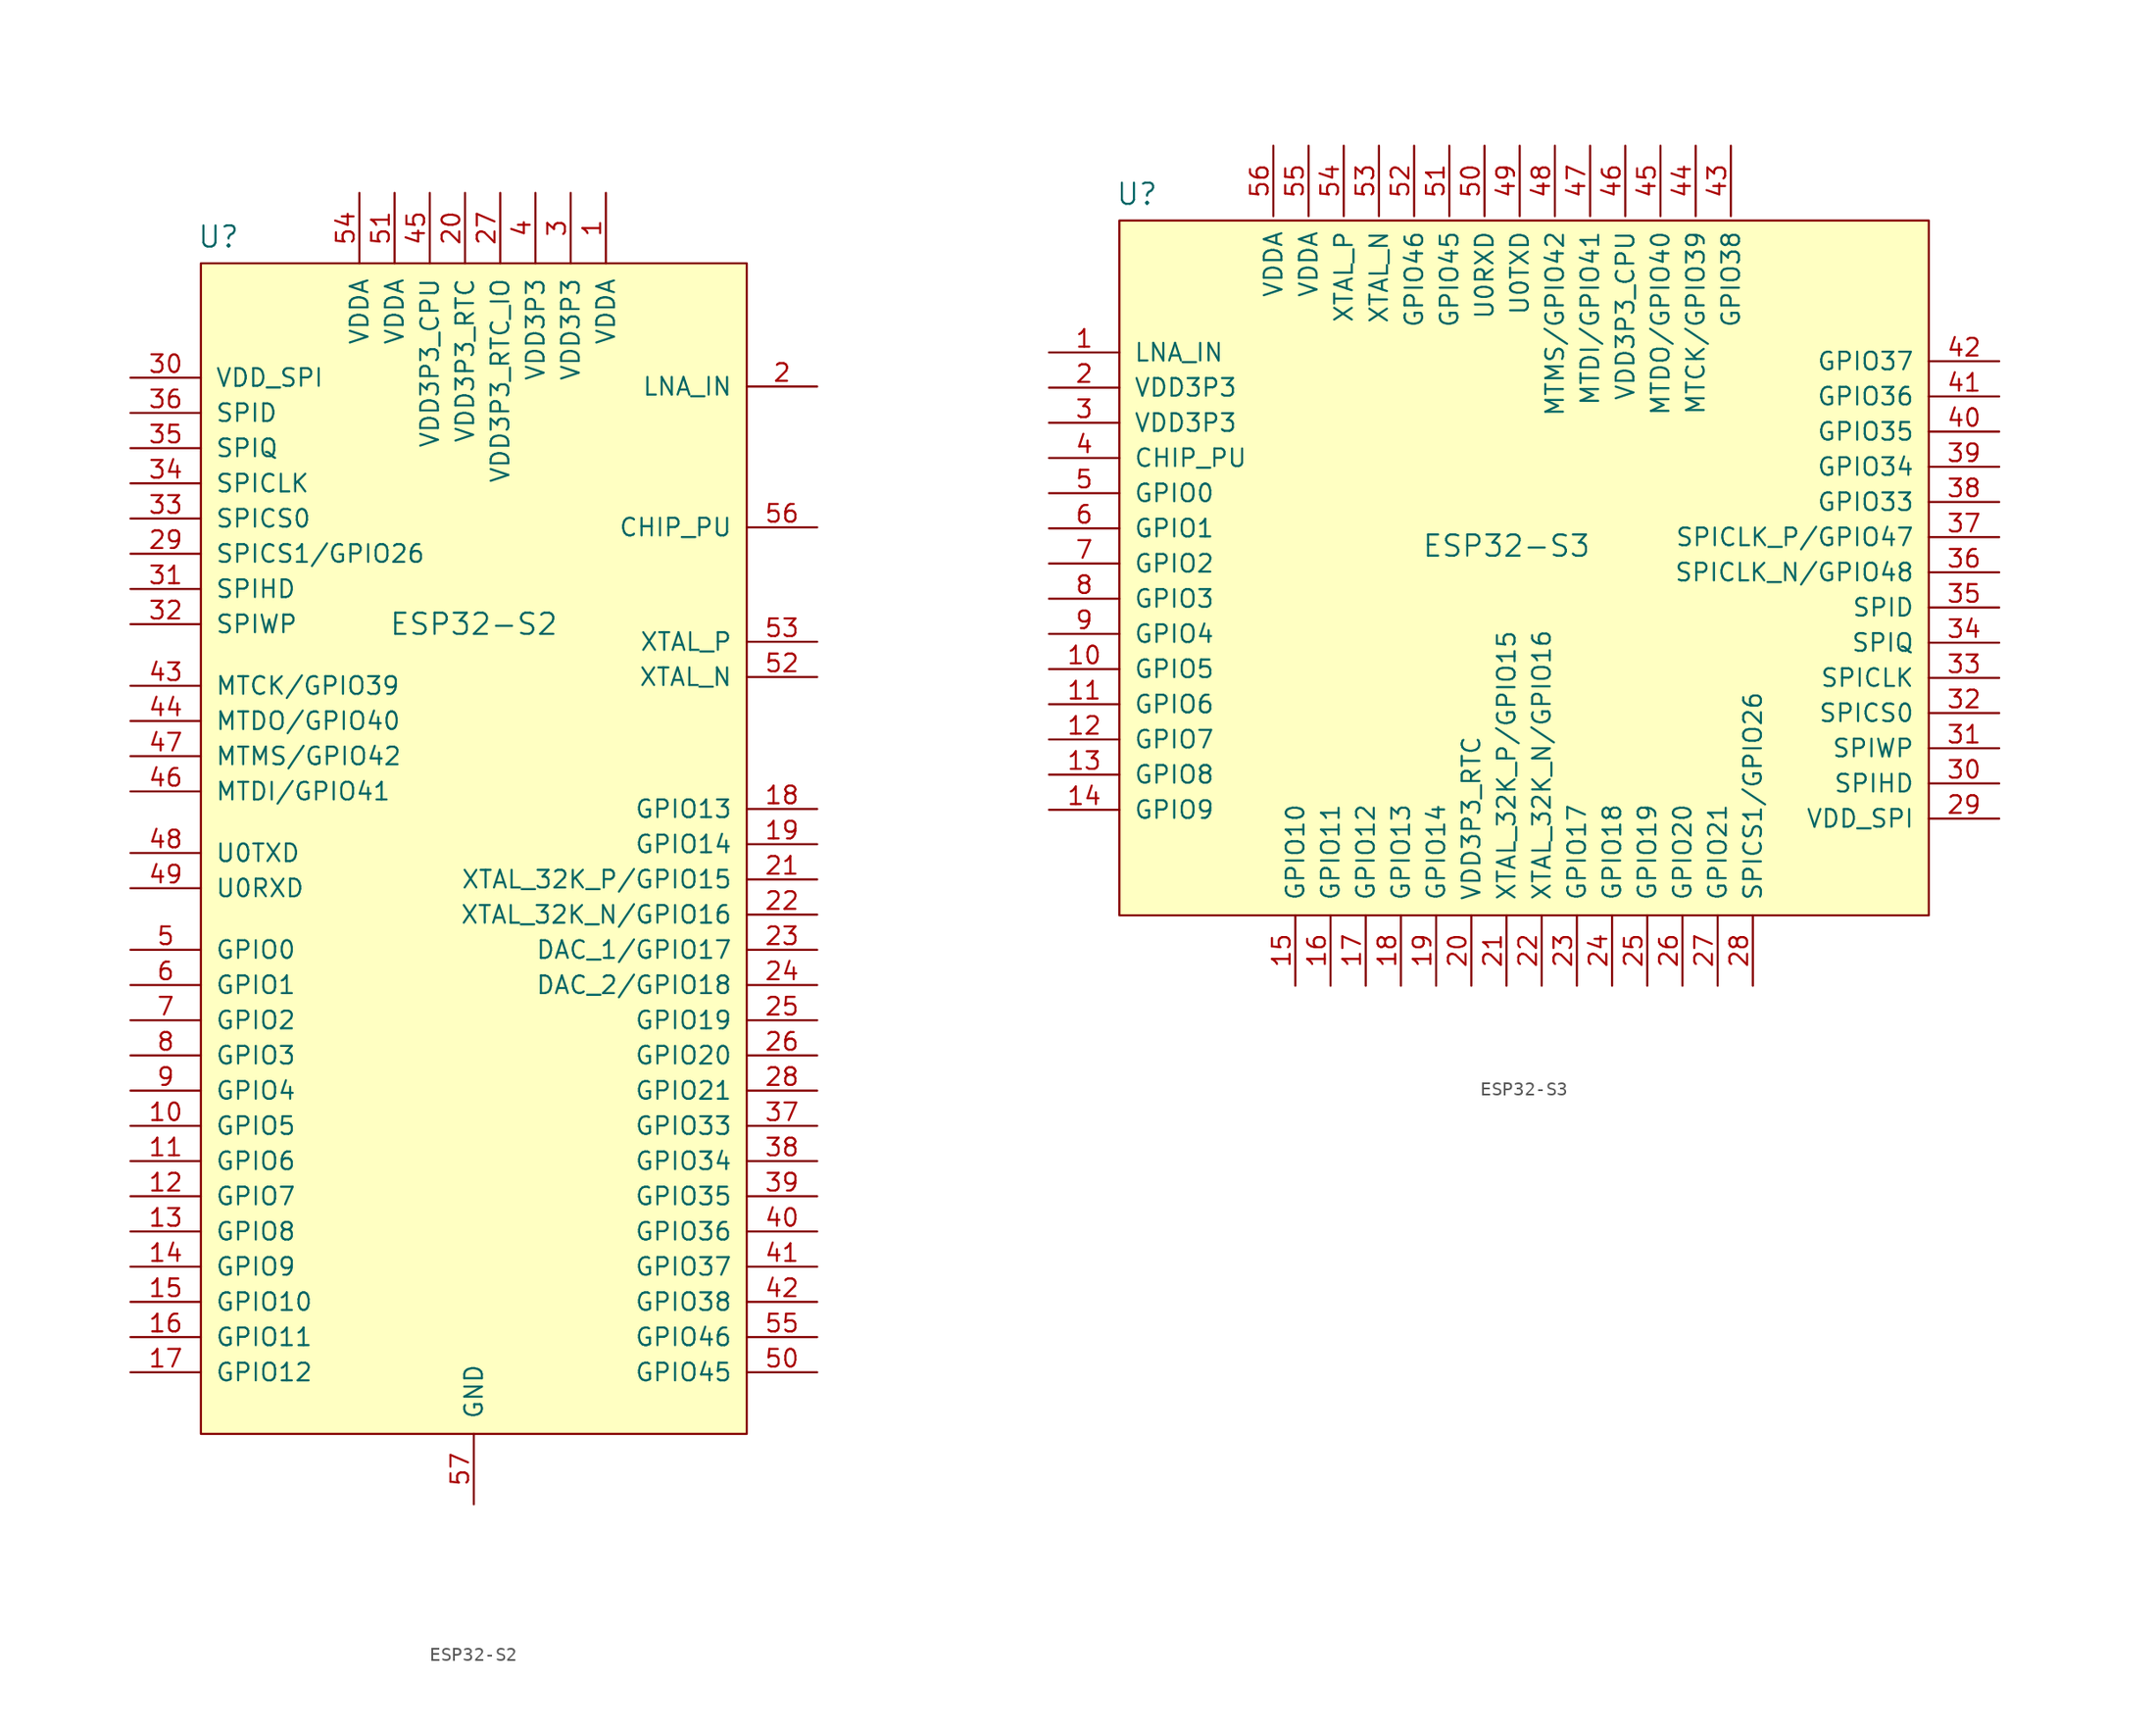
<source format=kicad_sym>
(kicad_symbol_lib
  (version 20220914)
  (generator kicad_symbol_editor)
  (symbol "ESP32-S2"
    (pin_names
      (offset 1.016))
    (property "Reference" "U"
      (at -20.955 45.085 0)
      (effects (font (size 1.524 1.524))))
    (property "Value" "ESP32-S2"
      (at -2.54 17.145 0)
      (effects (font (size 1.524 1.524))))
    (property "Datasheet" ""
      (at 17.145 -5.715 0)
      (effects (font (size 1.524 1.524))))
    (symbol "ESP32-S2_0_1"
      (rectangle (start -22.225 43.18) (end 17.145 -41.275) (stroke (width 0.152) (type default)) (fill (type background))))
    (symbol "ESP32-S2_1_1"
      (pin input line (at 6.985 48.26 270) (length 5.08) (name "VDDA" (effects (font (size 1.27 1.27)))) (number "1" (effects (font (size 1.27 1.27)))))
      (pin input line (at -27.305 -19.05 0) (length 5.08) (name "GPIO5" (effects (font (size 1.27 1.27)))) (number "10" (effects (font (size 1.27 1.27)))))
      (pin input line (at -27.305 -21.59 0) (length 5.08) (name "GPIO6" (effects (font (size 1.27 1.27)))) (number "11" (effects (font (size 1.27 1.27)))))
      (pin input line (at -27.305 -24.13 0) (length 5.08) (name "GPIO7" (effects (font (size 1.27 1.27)))) (number "12" (effects (font (size 1.27 1.27)))))
      (pin input line (at -27.305 -26.67 0) (length 5.08) (name "GPIO8" (effects (font (size 1.27 1.27)))) (number "13" (effects (font (size 1.27 1.27)))))
      (pin input line (at -27.305 -29.21 0) (length 5.08) (name "GPIO9" (effects (font (size 1.27 1.27)))) (number "14" (effects (font (size 1.27 1.27)))))
      (pin input line (at -27.305 -31.75 0) (length 5.08) (name "GPIO10" (effects (font (size 1.27 1.27)))) (number "15" (effects (font (size 1.27 1.27)))))
      (pin input line (at -27.305 -34.29 0) (length 5.08) (name "GPIO11" (effects (font (size 1.27 1.27)))) (number "16" (effects (font (size 1.27 1.27)))))
      (pin input line (at -27.305 -36.83 0) (length 5.08) (name "GPIO12" (effects (font (size 1.27 1.27)))) (number "17" (effects (font (size 1.27 1.27)))))
      (pin input line (at 22.225 3.81 180) (length 5.08) (name "GPIO13" (effects (font (size 1.27 1.27)))) (number "18" (effects (font (size 1.27 1.27)))))
      (pin input line (at 22.225 1.27 180) (length 5.08) (name "GPIO14" (effects (font (size 1.27 1.27)))) (number "19" (effects (font (size 1.27 1.27)))))
      (pin input line (at 22.225 34.29 180) (length 5.08) (name "LNA_IN" (effects (font (size 1.27 1.27)))) (number "2" (effects (font (size 1.27 1.27)))))
      (pin input line (at -3.175 48.26 270) (length 5.08) (name "VDD3P3_RTC" (effects (font (size 1.27 1.27)))) (number "20" (effects (font (size 1.27 1.27)))))
      (pin input line (at 22.225 -1.27 180) (length 5.08) (name "XTAL_32K_P/GPIO15" (effects (font (size 1.27 1.27)))) (number "21" (effects (font (size 1.27 1.27)))))
      (pin input line (at 22.225 -3.81 180) (length 5.08) (name "XTAL_32K_N/GPIO16" (effects (font (size 1.27 1.27)))) (number "22" (effects (font (size 1.27 1.27)))))
      (pin input line (at 22.225 -6.35 180) (length 5.08) (name "DAC_1/GPIO17" (effects (font (size 1.27 1.27)))) (number "23" (effects (font (size 1.27 1.27)))))
      (pin input line (at 22.225 -8.89 180) (length 5.08) (name "DAC_2/GPIO18" (effects (font (size 1.27 1.27)))) (number "24" (effects (font (size 1.27 1.27)))))
      (pin input line (at 22.225 -11.43 180) (length 5.08) (name "GPIO19" (effects (font (size 1.27 1.27)))) (number "25" (effects (font (size 1.27 1.27)))))
      (pin input line (at 22.225 -13.97 180) (length 5.08) (name "GPIO20" (effects (font (size 1.27 1.27)))) (number "26" (effects (font (size 1.27 1.27)))))
      (pin input line (at -0.635 48.26 270) (length 5.08) (name "VDD3P3_RTC_IO" (effects (font (size 1.27 1.27)))) (number "27" (effects (font (size 1.27 1.27)))))
      (pin input line (at 22.225 -16.51 180) (length 5.08) (name "GPIO21" (effects (font (size 1.27 1.27)))) (number "28" (effects (font (size 1.27 1.27)))))
      (pin input line (at -27.305 22.225 0) (length 5.08) (name "SPICS1/GPIO26" (effects (font (size 1.27 1.27)))) (number "29" (effects (font (size 1.27 1.27)))))
      (pin input line (at 4.445 48.26 270) (length 5.08) (name "VDD3P3" (effects (font (size 1.27 1.27)))) (number "3" (effects (font (size 1.27 1.27)))))
      (pin input line (at -27.305 34.925 0) (length 5.08) (name "VDD_SPI" (effects (font (size 1.27 1.27)))) (number "30" (effects (font (size 1.27 1.27)))))
      (pin input line (at -27.305 19.685 0) (length 5.08) (name "SPIHD" (effects (font (size 1.27 1.27)))) (number "31" (effects (font (size 1.27 1.27)))))
      (pin input line (at -27.305 17.145 0) (length 5.08) (name "SPIWP" (effects (font (size 1.27 1.27)))) (number "32" (effects (font (size 1.27 1.27)))))
      (pin input line (at -27.305 24.765 0) (length 5.08) (name "SPICS0" (effects (font (size 1.27 1.27)))) (number "33" (effects (font (size 1.27 1.27)))))
      (pin input line (at -27.305 27.305 0) (length 5.08) (name "SPICLK" (effects (font (size 1.27 1.27)))) (number "34" (effects (font (size 1.27 1.27)))))
      (pin input line (at -27.305 29.845 0) (length 5.08) (name "SPIQ" (effects (font (size 1.27 1.27)))) (number "35" (effects (font (size 1.27 1.27)))))
      (pin input line (at -27.305 32.385 0) (length 5.08) (name "SPID" (effects (font (size 1.27 1.27)))) (number "36" (effects (font (size 1.27 1.27)))))
      (pin input line (at 22.225 -19.05 180) (length 5.08) (name "GPIO33" (effects (font (size 1.27 1.27)))) (number "37" (effects (font (size 1.27 1.27)))))
      (pin input line (at 22.225 -21.59 180) (length 5.08) (name "GPIO34" (effects (font (size 1.27 1.27)))) (number "38" (effects (font (size 1.27 1.27)))))
      (pin input line (at 22.225 -24.13 180) (length 5.08) (name "GPIO35" (effects (font (size 1.27 1.27)))) (number "39" (effects (font (size 1.27 1.27)))))
      (pin input line (at 1.905 48.26 270) (length 5.08) (name "VDD3P3" (effects (font (size 1.27 1.27)))) (number "4" (effects (font (size 1.27 1.27)))))
      (pin input line (at 22.225 -26.67 180) (length 5.08) (name "GPIO36" (effects (font (size 1.27 1.27)))) (number "40" (effects (font (size 1.27 1.27)))))
      (pin input line (at 22.225 -29.21 180) (length 5.08) (name "GPIO37" (effects (font (size 1.27 1.27)))) (number "41" (effects (font (size 1.27 1.27)))))
      (pin input line (at 22.225 -31.75 180) (length 5.08) (name "GPIO38" (effects (font (size 1.27 1.27)))) (number "42" (effects (font (size 1.27 1.27)))))
      (pin input line (at -27.305 12.7 0) (length 5.08) (name "MTCK/GPIO39" (effects (font (size 1.27 1.27)))) (number "43" (effects (font (size 1.27 1.27)))))
      (pin input line (at -27.305 10.16 0) (length 5.08) (name "MTDO/GPIO40" (effects (font (size 1.27 1.27)))) (number "44" (effects (font (size 1.27 1.27)))))
      (pin input line (at -5.715 48.26 270) (length 5.08) (name "VDD3P3_CPU" (effects (font (size 1.27 1.27)))) (number "45" (effects (font (size 1.27 1.27)))))
      (pin input line (at -27.305 5.08 0) (length 5.08) (name "MTDI/GPIO41" (effects (font (size 1.27 1.27)))) (number "46" (effects (font (size 1.27 1.27)))))
      (pin input line (at -27.305 7.62 0) (length 5.08) (name "MTMS/GPIO42" (effects (font (size 1.27 1.27)))) (number "47" (effects (font (size 1.27 1.27)))))
      (pin input line (at -27.305 0.635 0) (length 5.08) (name "U0TXD" (effects (font (size 1.27 1.27)))) (number "48" (effects (font (size 1.27 1.27)))))
      (pin input line (at -27.305 -1.905 0) (length 5.08) (name "U0RXD" (effects (font (size 1.27 1.27)))) (number "49" (effects (font (size 1.27 1.27)))))
      (pin input line (at -27.305 -6.35 0) (length 5.08) (name "GPIO0" (effects (font (size 1.27 1.27)))) (number "5" (effects (font (size 1.27 1.27)))))
      (pin input line (at 22.225 -36.83 180) (length 5.08) (name "GPIO45" (effects (font (size 1.27 1.27)))) (number "50" (effects (font (size 1.27 1.27)))))
      (pin input line (at -8.255 48.26 270) (length 5.08) (name "VDDA" (effects (font (size 1.27 1.27)))) (number "51" (effects (font (size 1.27 1.27)))))
      (pin input line (at 22.225 13.335 180) (length 5.08) (name "XTAL_N" (effects (font (size 1.27 1.27)))) (number "52" (effects (font (size 1.27 1.27)))))
      (pin input line (at 22.225 15.875 180) (length 5.08) (name "XTAL_P" (effects (font (size 1.27 1.27)))) (number "53" (effects (font (size 1.27 1.27)))))
      (pin input line (at -10.795 48.26 270) (length 5.08) (name "VDDA" (effects (font (size 1.27 1.27)))) (number "54" (effects (font (size 1.27 1.27)))))
      (pin input line (at 22.225 -34.29 180) (length 5.08) (name "GPIO46" (effects (font (size 1.27 1.27)))) (number "55" (effects (font (size 1.27 1.27)))))
      (pin input line (at 22.225 24.13 180) (length 5.08) (name "CHIP_PU" (effects (font (size 1.27 1.27)))) (number "56" (effects (font (size 1.27 1.27)))))
      (pin input line (at -2.54 -46.355 90) (length 5.08) (name "GND" (effects (font (size 1.27 1.27)))) (number "57" (effects (font (size 1.27 1.27)))))
      (pin input line (at -27.305 -8.89 0) (length 5.08) (name "GPIO1" (effects (font (size 1.27 1.27)))) (number "6" (effects (font (size 1.27 1.27)))))
      (pin input line (at -27.305 -11.43 0) (length 5.08) (name "GPIO2" (effects (font (size 1.27 1.27)))) (number "7" (effects (font (size 1.27 1.27)))))
      (pin input line (at -27.305 -13.97 0) (length 5.08) (name "GPIO3" (effects (font (size 1.27 1.27)))) (number "8" (effects (font (size 1.27 1.27)))))
      (pin input line (at -27.305 -16.51 0) (length 5.08) (name "GPIO4" (effects (font (size 1.27 1.27)))) (number "9" (effects (font (size 1.27 1.27)))))))
  (symbol "ESP32-S3"
    (pin_names
      (offset 1.016))
    (property "Reference" "U"
      (at -28.575 31.115 0)
      (effects (font (size 1.524 1.524))))
    (property "Value" "ESP32-S3"
      (at -1.905 5.715 0)
      (effects (font (size 1.524 1.524))))
    (property "Datasheet" ""
      (at 17.145 -5.715 0)
      (effects (font (size 1.524 1.524))))
    (symbol "ESP32-S3_0_1"
      (rectangle (start -29.845 29.21) (end 28.575 -20.955) (stroke (width 0.152) (type default)) (fill (type background))))
    (symbol "ESP32-S3_1_1"
      (pin input line (at -34.925 19.685 0) (length 5.08) (name "LNA_IN" (effects (font (size 1.27 1.27)))) (number "1" (effects (font (size 1.27 1.27)))))
      (pin input line (at -34.925 -3.175 0) (length 5.08) (name "GPIO5" (effects (font (size 1.27 1.27)))) (number "10" (effects (font (size 1.27 1.27)))))
      (pin input line (at -34.925 -5.715 0) (length 5.08) (name "GPIO6" (effects (font (size 1.27 1.27)))) (number "11" (effects (font (size 1.27 1.27)))))
      (pin input line (at -34.925 -8.255 0) (length 5.08) (name "GPIO7" (effects (font (size 1.27 1.27)))) (number "12" (effects (font (size 1.27 1.27)))))
      (pin input line (at -34.925 -10.795 0) (length 5.08) (name "GPIO8" (effects (font (size 1.27 1.27)))) (number "13" (effects (font (size 1.27 1.27)))))
      (pin input line (at -34.925 -13.335 0) (length 5.08) (name "GPIO9" (effects (font (size 1.27 1.27)))) (number "14" (effects (font (size 1.27 1.27)))))
      (pin input line (at -17.145 -26.035 90) (length 5.08) (name "GPIO10" (effects (font (size 1.27 1.27)))) (number "15" (effects (font (size 1.27 1.27)))))
      (pin input line (at -14.605 -26.035 90) (length 5.08) (name "GPIO11" (effects (font (size 1.27 1.27)))) (number "16" (effects (font (size 1.27 1.27)))))
      (pin input line (at -12.065 -26.035 90) (length 5.08) (name "GPIO12" (effects (font (size 1.27 1.27)))) (number "17" (effects (font (size 1.27 1.27)))))
      (pin input line (at -9.525 -26.035 90) (length 5.08) (name "GPIO13" (effects (font (size 1.27 1.27)))) (number "18" (effects (font (size 1.27 1.27)))))
      (pin input line (at -6.985 -26.035 90) (length 5.08) (name "GPIO14" (effects (font (size 1.27 1.27)))) (number "19" (effects (font (size 1.27 1.27)))))
      (pin input line (at -34.925 17.145 0) (length 5.08) (name "VDD3P3" (effects (font (size 1.27 1.27)))) (number "2" (effects (font (size 1.27 1.27)))))
      (pin input line (at -4.445 -26.035 90) (length 5.08) (name "VDD3P3_RTC" (effects (font (size 1.27 1.27)))) (number "20" (effects (font (size 1.27 1.27)))))
      (pin input line (at -1.905 -26.035 90) (length 5.08) (name "XTAL_32K_P/GPIO15" (effects (font (size 1.27 1.27)))) (number "21" (effects (font (size 1.27 1.27)))))
      (pin input line (at 0.635 -26.035 90) (length 5.08) (name "XTAL_32K_N/GPIO16" (effects (font (size 1.27 1.27)))) (number "22" (effects (font (size 1.27 1.27)))))
      (pin input line (at 3.175 -26.035 90) (length 5.08) (name "GPIO17" (effects (font (size 1.27 1.27)))) (number "23" (effects (font (size 1.27 1.27)))))
      (pin input line (at 5.715 -26.035 90) (length 5.08) (name "GPIO18" (effects (font (size 1.27 1.27)))) (number "24" (effects (font (size 1.27 1.27)))))
      (pin input line (at 8.255 -26.035 90) (length 5.08) (name "GPIO19" (effects (font (size 1.27 1.27)))) (number "25" (effects (font (size 1.27 1.27)))))
      (pin input line (at 10.795 -26.035 90) (length 5.08) (name "GPIO20" (effects (font (size 1.27 1.27)))) (number "26" (effects (font (size 1.27 1.27)))))
      (pin input line (at 13.335 -26.035 90) (length 5.08) (name "GPIO21" (effects (font (size 1.27 1.27)))) (number "27" (effects (font (size 1.27 1.27)))))
      (pin input line (at 15.875 -26.035 90) (length 5.08) (name "SPICS1/GPIO26" (effects (font (size 1.27 1.27)))) (number "28" (effects (font (size 1.27 1.27)))))
      (pin input line (at 33.655 -13.97 180) (length 5.08) (name "VDD_SPI" (effects (font (size 1.27 1.27)))) (number "29" (effects (font (size 1.27 1.27)))))
      (pin input line (at -34.925 14.605 0) (length 5.08) (name "VDD3P3" (effects (font (size 1.27 1.27)))) (number "3" (effects (font (size 1.27 1.27)))))
      (pin input line (at 33.655 -11.43 180) (length 5.08) (name "SPIHD" (effects (font (size 1.27 1.27)))) (number "30" (effects (font (size 1.27 1.27)))))
      (pin input line (at 33.655 -8.89 180) (length 5.08) (name "SPIWP" (effects (font (size 1.27 1.27)))) (number "31" (effects (font (size 1.27 1.27)))))
      (pin input line (at 33.655 -6.35 180) (length 5.08) (name "SPICS0" (effects (font (size 1.27 1.27)))) (number "32" (effects (font (size 1.27 1.27)))))
      (pin input line (at 33.655 -3.81 180) (length 5.08) (name "SPICLK" (effects (font (size 1.27 1.27)))) (number "33" (effects (font (size 1.27 1.27)))))
      (pin input line (at 33.655 -1.27 180) (length 5.08) (name "SPIQ" (effects (font (size 1.27 1.27)))) (number "34" (effects (font (size 1.27 1.27)))))
      (pin input line (at 33.655 1.27 180) (length 5.08) (name "SPID" (effects (font (size 1.27 1.27)))) (number "35" (effects (font (size 1.27 1.27)))))
      (pin input line (at 33.655 3.81 180) (length 5.08) (name "SPICLK_N/GPIO48" (effects (font (size 1.27 1.27)))) (number "36" (effects (font (size 1.27 1.27)))))
      (pin input line (at 33.655 6.35 180) (length 5.08) (name "SPICLK_P/GPIO47" (effects (font (size 1.27 1.27)))) (number "37" (effects (font (size 1.27 1.27)))))
      (pin input line (at 33.655 8.89 180) (length 5.08) (name "GPIO33" (effects (font (size 1.27 1.27)))) (number "38" (effects (font (size 1.27 1.27)))))
      (pin input line (at 33.655 11.43 180) (length 5.08) (name "GPIO34" (effects (font (size 1.27 1.27)))) (number "39" (effects (font (size 1.27 1.27)))))
      (pin input line (at -34.925 12.065 0) (length 5.08) (name "CHIP_PU" (effects (font (size 1.27 1.27)))) (number "4" (effects (font (size 1.27 1.27)))))
      (pin input line (at 33.655 13.97 180) (length 5.08) (name "GPIO35" (effects (font (size 1.27 1.27)))) (number "40" (effects (font (size 1.27 1.27)))))
      (pin input line (at 33.655 16.51 180) (length 5.08) (name "GPIO36" (effects (font (size 1.27 1.27)))) (number "41" (effects (font (size 1.27 1.27)))))
      (pin input line (at 33.655 19.05 180) (length 5.08) (name "GPIO37" (effects (font (size 1.27 1.27)))) (number "42" (effects (font (size 1.27 1.27)))))
      (pin input line (at 14.287 34.608 270) (length 5.08) (name "GPIO38" (effects (font (size 1.27 1.27)))) (number "43" (effects (font (size 1.27 1.27)))))
      (pin input line (at 11.748 34.608 270) (length 5.08) (name "MTCK/GPIO39" (effects (font (size 1.27 1.27)))) (number "44" (effects (font (size 1.27 1.27)))))
      (pin input line (at 9.207 34.608 270) (length 5.08) (name "MTDO/GPIO40" (effects (font (size 1.27 1.27)))) (number "45" (effects (font (size 1.27 1.27)))))
      (pin input line (at 6.668 34.608 270) (length 5.08) (name "VDD3P3_CPU" (effects (font (size 1.27 1.27)))) (number "46" (effects (font (size 1.27 1.27)))))
      (pin input line (at 4.128 34.608 270) (length 5.08) (name "MTDI/GPIO41" (effects (font (size 1.27 1.27)))) (number "47" (effects (font (size 1.27 1.27)))))
      (pin input line (at 1.587 34.608 270) (length 5.08) (name "MTMS/GPIO42" (effects (font (size 1.27 1.27)))) (number "48" (effects (font (size 1.27 1.27)))))
      (pin input line (at -0.953 34.608 270) (length 5.08) (name "U0TXD" (effects (font (size 1.27 1.27)))) (number "49" (effects (font (size 1.27 1.27)))))
      (pin input line (at -34.925 9.525 0) (length 5.08) (name "GPIO0" (effects (font (size 1.27 1.27)))) (number "5" (effects (font (size 1.27 1.27)))))
      (pin input line (at -3.493 34.608 270) (length 5.08) (name "U0RXD" (effects (font (size 1.27 1.27)))) (number "50" (effects (font (size 1.27 1.27)))))
      (pin input line (at -6.032 34.608 270) (length 5.08) (name "GPIO45" (effects (font (size 1.27 1.27)))) (number "51" (effects (font (size 1.27 1.27)))))
      (pin input line (at -8.572 34.608 270) (length 5.08) (name "GPIO46" (effects (font (size 1.27 1.27)))) (number "52" (effects (font (size 1.27 1.27)))))
      (pin input line (at -11.113 34.608 270) (length 5.08) (name "XTAL_N" (effects (font (size 1.27 1.27)))) (number "53" (effects (font (size 1.27 1.27)))))
      (pin input line (at -13.652 34.608 270) (length 5.08) (name "XTAL_P" (effects (font (size 1.27 1.27)))) (number "54" (effects (font (size 1.27 1.27)))))
      (pin input line (at -16.192 34.608 270) (length 5.08) (name "VDDA" (effects (font (size 1.27 1.27)))) (number "55" (effects (font (size 1.27 1.27)))))
      (pin input line (at -18.733 34.608 270) (length 5.08) (name "VDDA" (effects (font (size 1.27 1.27)))) (number "56" (effects (font (size 1.27 1.27)))))
      (pin input line (at -34.925 6.985 0) (length 5.08) (name "GPIO1" (effects (font (size 1.27 1.27)))) (number "6" (effects (font (size 1.27 1.27)))))
      (pin input line (at -34.925 4.445 0) (length 5.08) (name "GPIO2" (effects (font (size 1.27 1.27)))) (number "7" (effects (font (size 1.27 1.27)))))
      (pin input line (at -34.925 1.905 0) (length 5.08) (name "GPIO3" (effects (font (size 1.27 1.27)))) (number "8" (effects (font (size 1.27 1.27)))))
      (pin input line (at -34.925 -0.635 0) (length 5.08) (name "GPIO4" (effects (font (size 1.27 1.27)))) (number "9" (effects (font (size 1.27 1.27))))))))
</source>
